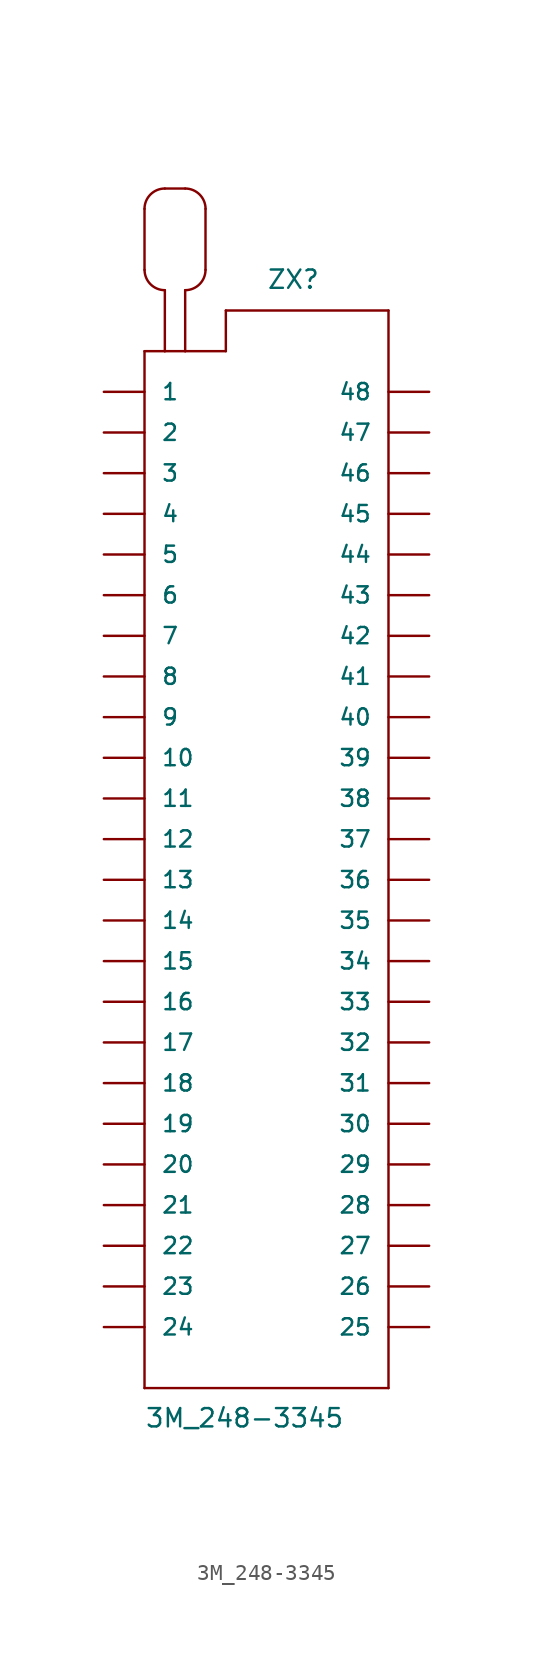
<source format=kicad_sym>
(kicad_symbol_lib
  (version 20211014)
  (generator kicad_symbol_editor)
  (symbol "3M_248-3345"
    (pin_numbers hide)
    (pin_names
      (offset 1.016))
    (property "Reference" "ZX"
      (at 0 34.29 0)
      (effects (font (size 1.143 1.143)) (justify left bottom)))
    (property "Value" "3M_248-3345"
      (at -7.62 -36.83 0)
      (effects (font (size 1.143 1.143)) (justify left bottom)))
    (property "ki_locked" ""
      (at 0 0 0)
      (effects (font (size 1.27 1.27))))
    (symbol "3M_248-3345_1_0"
      (polyline (pts (xy -7.62 -34.29) (xy 7.62 -34.29)) (stroke (width 0) (type default) (color 0 0 0 0)) (fill (type none)))
      (polyline (pts (xy -7.62 30.48) (xy -7.62 -34.29)) (stroke (width 0) (type default) (color 0 0 0 0)) (fill (type none)))
      (polyline (pts (xy -7.62 35.56) (xy -7.62 39.37)) (stroke (width 0) (type default) (color 0 0 0 0)) (fill (type none)))
      (polyline (pts (xy -6.35 30.48) (xy -7.62 30.48)) (stroke (width 0) (type default) (color 0 0 0 0)) (fill (type none)))
      (polyline (pts (xy -6.35 30.48) (xy -6.35 34.29)) (stroke (width 0) (type default) (color 0 0 0 0)) (fill (type none)))
      (polyline (pts (xy -6.35 40.64) (xy -5.08 40.64)) (stroke (width 0) (type default) (color 0 0 0 0)) (fill (type none)))
      (polyline (pts (xy -5.08 30.48) (xy -6.35 30.48)) (stroke (width 0) (type default) (color 0 0 0 0)) (fill (type none)))
      (polyline (pts (xy -5.08 34.29) (xy -5.08 30.48)) (stroke (width 0) (type default) (color 0 0 0 0)) (fill (type none)))
      (polyline (pts (xy -3.81 39.37) (xy -3.81 35.56)) (stroke (width 0) (type default) (color 0 0 0 0)) (fill (type none)))
      (polyline (pts (xy -2.54 30.48) (xy -5.08 30.48)) (stroke (width 0) (type default) (color 0 0 0 0)) (fill (type none)))
      (polyline (pts (xy -2.54 33.02) (xy -2.54 30.48)) (stroke (width 0) (type default) (color 0 0 0 0)) (fill (type none)))
      (polyline (pts (xy 7.62 -34.29) (xy 7.62 33.02)) (stroke (width 0) (type default) (color 0 0 0 0)) (fill (type none)))
      (polyline (pts (xy 7.62 33.02) (xy -2.54 33.02)) (stroke (width 0) (type default) (color 0 0 0 0)) (fill (type none))))
    (symbol "3M_248-3345_1_1"
      (arc (start -7.62 35.56) (mid -7.248 34.662) (end -6.35 34.29) (stroke (width 0) (type default) (color 0 0 0 0)) (fill (type none)))
      (arc (start -6.35 40.64) (mid -7.248 40.268) (end -7.62 39.37) (stroke (width 0) (type default) (color 0 0 0 0)) (fill (type none)))
      (arc (start -5.08 34.29) (mid -4.182 34.662) (end -3.81 35.56) (stroke (width 0) (type default) (color 0 0 0 0)) (fill (type none)))
      (arc (start -3.81 39.37) (mid -4.182 40.268) (end -5.08 40.64) (stroke (width 0) (type default) (color 0 0 0 0)) (fill (type none)))
      (pin passive line (at -10.16 27.94 0) (length 2.54) (name "1" (effects (font (size 1.016 1.016)))) (number "1" (effects (font (size 1.016 1.016)))))
      (pin passive line (at -10.16 5.08 0) (length 2.54) (name "10" (effects (font (size 1.016 1.016)))) (number "10" (effects (font (size 1.016 1.016)))))
      (pin passive line (at -10.16 2.54 0) (length 2.54) (name "11" (effects (font (size 1.016 1.016)))) (number "11" (effects (font (size 1.016 1.016)))))
      (pin passive line (at -10.16 0 0) (length 2.54) (name "12" (effects (font (size 1.016 1.016)))) (number "12" (effects (font (size 1.016 1.016)))))
      (pin passive line (at -10.16 -2.54 0) (length 2.54) (name "13" (effects (font (size 1.016 1.016)))) (number "13" (effects (font (size 1.016 1.016)))))
      (pin passive line (at -10.16 -5.08 0) (length 2.54) (name "14" (effects (font (size 1.016 1.016)))) (number "14" (effects (font (size 1.016 1.016)))))
      (pin passive line (at -10.16 -7.62 0) (length 2.54) (name "15" (effects (font (size 1.016 1.016)))) (number "15" (effects (font (size 1.016 1.016)))))
      (pin passive line (at -10.16 -10.16 0) (length 2.54) (name "16" (effects (font (size 1.016 1.016)))) (number "16" (effects (font (size 1.016 1.016)))))
      (pin passive line (at -10.16 -12.7 0) (length 2.54) (name "17" (effects (font (size 1.016 1.016)))) (number "17" (effects (font (size 1.016 1.016)))))
      (pin passive line (at -10.16 -15.24 0) (length 2.54) (name "18" (effects (font (size 1.016 1.016)))) (number "18" (effects (font (size 1.016 1.016)))))
      (pin passive line (at -10.16 -17.78 0) (length 2.54) (name "19" (effects (font (size 1.016 1.016)))) (number "19" (effects (font (size 1.016 1.016)))))
      (pin passive line (at -10.16 25.4 0) (length 2.54) (name "2" (effects (font (size 1.016 1.016)))) (number "2" (effects (font (size 1.016 1.016)))))
      (pin passive line (at -10.16 -20.32 0) (length 2.54) (name "20" (effects (font (size 1.016 1.016)))) (number "20" (effects (font (size 1.016 1.016)))))
      (pin passive line (at -10.16 -22.86 0) (length 2.54) (name "21" (effects (font (size 1.016 1.016)))) (number "21" (effects (font (size 1.016 1.016)))))
      (pin passive line (at -10.16 -25.4 0) (length 2.54) (name "22" (effects (font (size 1.016 1.016)))) (number "22" (effects (font (size 1.016 1.016)))))
      (pin passive line (at -10.16 -27.94 0) (length 2.54) (name "23" (effects (font (size 1.016 1.016)))) (number "23" (effects (font (size 1.016 1.016)))))
      (pin passive line (at -10.16 -30.48 0) (length 2.54) (name "24" (effects (font (size 1.016 1.016)))) (number "24" (effects (font (size 1.016 1.016)))))
      (pin passive line (at 10.16 -30.48 180) (length 2.54) (name "25" (effects (font (size 1.016 1.016)))) (number "25" (effects (font (size 1.016 1.016)))))
      (pin passive line (at 10.16 -27.94 180) (length 2.54) (name "26" (effects (font (size 1.016 1.016)))) (number "26" (effects (font (size 1.016 1.016)))))
      (pin passive line (at 10.16 -25.4 180) (length 2.54) (name "27" (effects (font (size 1.016 1.016)))) (number "27" (effects (font (size 1.016 1.016)))))
      (pin passive line (at 10.16 -22.86 180) (length 2.54) (name "28" (effects (font (size 1.016 1.016)))) (number "28" (effects (font (size 1.016 1.016)))))
      (pin passive line (at 10.16 -20.32 180) (length 2.54) (name "29" (effects (font (size 1.016 1.016)))) (number "29" (effects (font (size 1.016 1.016)))))
      (pin passive line (at -10.16 22.86 0) (length 2.54) (name "3" (effects (font (size 1.016 1.016)))) (number "3" (effects (font (size 1.016 1.016)))))
      (pin passive line (at 10.16 -17.78 180) (length 2.54) (name "30" (effects (font (size 1.016 1.016)))) (number "30" (effects (font (size 1.016 1.016)))))
      (pin passive line (at 10.16 -15.24 180) (length 2.54) (name "31" (effects (font (size 1.016 1.016)))) (number "31" (effects (font (size 1.016 1.016)))))
      (pin passive line (at 10.16 -12.7 180) (length 2.54) (name "32" (effects (font (size 1.016 1.016)))) (number "32" (effects (font (size 1.016 1.016)))))
      (pin passive line (at 10.16 -10.16 180) (length 2.54) (name "33" (effects (font (size 1.016 1.016)))) (number "33" (effects (font (size 1.016 1.016)))))
      (pin passive line (at 10.16 -7.62 180) (length 2.54) (name "34" (effects (font (size 1.016 1.016)))) (number "34" (effects (font (size 1.016 1.016)))))
      (pin passive line (at 10.16 -5.08 180) (length 2.54) (name "35" (effects (font (size 1.016 1.016)))) (number "35" (effects (font (size 1.016 1.016)))))
      (pin passive line (at 10.16 -2.54 180) (length 2.54) (name "36" (effects (font (size 1.016 1.016)))) (number "36" (effects (font (size 1.016 1.016)))))
      (pin passive line (at 10.16 0 180) (length 2.54) (name "37" (effects (font (size 1.016 1.016)))) (number "37" (effects (font (size 1.016 1.016)))))
      (pin passive line (at 10.16 2.54 180) (length 2.54) (name "38" (effects (font (size 1.016 1.016)))) (number "38" (effects (font (size 1.016 1.016)))))
      (pin passive line (at 10.16 5.08 180) (length 2.54) (name "39" (effects (font (size 1.016 1.016)))) (number "39" (effects (font (size 1.016 1.016)))))
      (pin passive line (at -10.16 20.32 0) (length 2.54) (name "4" (effects (font (size 1.016 1.016)))) (number "4" (effects (font (size 1.016 1.016)))))
      (pin passive line (at 10.16 7.62 180) (length 2.54) (name "40" (effects (font (size 1.016 1.016)))) (number "40" (effects (font (size 1.016 1.016)))))
      (pin passive line (at 10.16 10.16 180) (length 2.54) (name "41" (effects (font (size 1.016 1.016)))) (number "41" (effects (font (size 1.016 1.016)))))
      (pin passive line (at 10.16 12.7 180) (length 2.54) (name "42" (effects (font (size 1.016 1.016)))) (number "42" (effects (font (size 1.016 1.016)))))
      (pin passive line (at 10.16 15.24 180) (length 2.54) (name "43" (effects (font (size 1.016 1.016)))) (number "43" (effects (font (size 1.016 1.016)))))
      (pin passive line (at 10.16 17.78 180) (length 2.54) (name "44" (effects (font (size 1.016 1.016)))) (number "44" (effects (font (size 1.016 1.016)))))
      (pin passive line (at 10.16 20.32 180) (length 2.54) (name "45" (effects (font (size 1.016 1.016)))) (number "45" (effects (font (size 1.016 1.016)))))
      (pin passive line (at 10.16 22.86 180) (length 2.54) (name "46" (effects (font (size 1.016 1.016)))) (number "46" (effects (font (size 1.016 1.016)))))
      (pin passive line (at 10.16 25.4 180) (length 2.54) (name "47" (effects (font (size 1.016 1.016)))) (number "47" (effects (font (size 1.016 1.016)))))
      (pin passive line (at 10.16 27.94 180) (length 2.54) (name "48" (effects (font (size 1.016 1.016)))) (number "48" (effects (font (size 1.016 1.016)))))
      (pin passive line (at -10.16 17.78 0) (length 2.54) (name "5" (effects (font (size 1.016 1.016)))) (number "5" (effects (font (size 1.016 1.016)))))
      (pin passive line (at -10.16 15.24 0) (length 2.54) (name "6" (effects (font (size 1.016 1.016)))) (number "6" (effects (font (size 1.016 1.016)))))
      (pin passive line (at -10.16 12.7 0) (length 2.54) (name "7" (effects (font (size 1.016 1.016)))) (number "7" (effects (font (size 1.016 1.016)))))
      (pin passive line (at -10.16 10.16 0) (length 2.54) (name "8" (effects (font (size 1.016 1.016)))) (number "8" (effects (font (size 1.016 1.016)))))
      (pin passive line (at -10.16 7.62 0) (length 2.54) (name "9" (effects (font (size 1.016 1.016)))) (number "9" (effects (font (size 1.016 1.016))))))))
</source>
